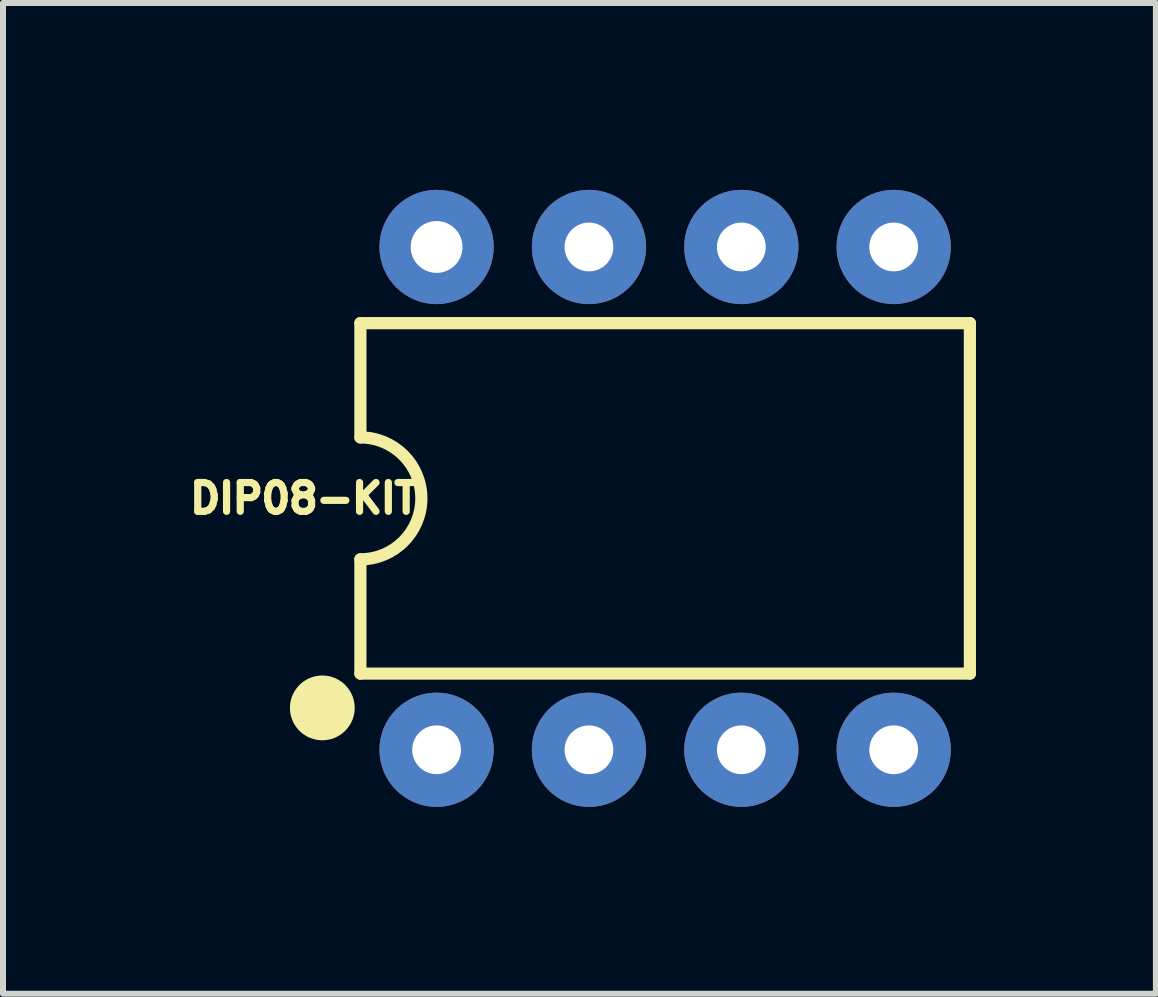
<source format=kicad_pcb>
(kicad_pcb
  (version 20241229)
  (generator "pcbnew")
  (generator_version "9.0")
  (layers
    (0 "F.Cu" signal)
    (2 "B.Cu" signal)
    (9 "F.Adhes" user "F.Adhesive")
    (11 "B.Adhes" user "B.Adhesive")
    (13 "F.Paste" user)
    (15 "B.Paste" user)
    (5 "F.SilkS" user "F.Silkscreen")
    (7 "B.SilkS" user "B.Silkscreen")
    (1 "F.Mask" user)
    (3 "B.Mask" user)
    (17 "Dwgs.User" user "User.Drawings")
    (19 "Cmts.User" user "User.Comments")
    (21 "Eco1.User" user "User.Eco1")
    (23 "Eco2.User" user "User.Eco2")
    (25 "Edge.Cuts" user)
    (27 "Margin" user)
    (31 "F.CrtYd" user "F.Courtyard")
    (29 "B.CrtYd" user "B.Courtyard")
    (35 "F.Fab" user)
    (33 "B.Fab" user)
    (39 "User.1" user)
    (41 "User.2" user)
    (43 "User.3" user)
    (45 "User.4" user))
  (footprint "DIP08-KIT"
    (layer "F.Cu")
    (at 8.038 5.258)
    (property "Reference" "DIP08-KIT" (at -6.02 0 180) (layer "F.SilkS") (effects (font (size 0.48 0.48) (thickness 0.15))))
    (attr through_hole)
    (fp_circle (center -3.81 -4.191) (end -3.378 -4.191) (stroke (width 0) (type solid)) (fill yes) (layer "F.Mask"))
    (fp_circle (center -3.81 4.191) (end -3.378 4.191) (stroke (width 0) (type solid)) (fill yes) (layer "F.Mask"))
    (fp_circle (center -1.27 -4.191) (end -0.838 -4.191) (stroke (width 0) (type solid)) (fill yes) (layer "F.Mask"))
    (fp_circle (center -1.27 4.191) (end -0.838 4.191) (stroke (width 0) (type solid)) (fill yes) (layer "F.Mask"))
    (fp_circle (center 1.27 -4.191) (end 1.702 -4.191) (stroke (width 0) (type solid)) (fill yes) (layer "F.Mask"))
    (fp_circle (center 1.27 4.191) (end 1.702 4.191) (stroke (width 0) (type solid)) (fill yes) (layer "F.Mask"))
    (fp_circle (center 3.81 -4.191) (end 4.242 -4.191) (stroke (width 0) (type solid)) (fill yes) (layer "F.Mask"))
    (fp_circle (center 3.81 4.191) (end 4.242 4.191) (stroke (width 0) (type solid)) (fill yes) (layer "F.Mask"))
    (fp_circle (center -3.81 -4.191) (end -2.743 -4.191) (stroke (width 0) (type solid)) (fill yes) (layer "B.Mask"))
    (fp_circle (center -3.81 4.191) (end -2.743 4.191) (stroke (width 0) (type solid)) (fill yes) (layer "B.Mask"))
    (fp_circle (center -1.27 -4.191) (end -0.203 -4.191) (stroke (width 0) (type solid)) (fill yes) (layer "B.Mask"))
    (fp_circle (center -1.27 4.191) (end -0.203 4.191) (stroke (width 0) (type solid)) (fill yes) (layer "B.Mask"))
    (fp_circle (center 1.27 -4.191) (end 2.337 -4.191) (stroke (width 0) (type solid)) (fill yes) (layer "B.Mask"))
    (fp_circle (center 1.27 4.191) (end 2.337 4.191) (stroke (width 0) (type solid)) (fill yes) (layer "B.Mask"))
    (fp_circle (center 3.81 -4.191) (end 4.877 -4.191) (stroke (width 0) (type solid)) (fill yes) (layer "B.Mask"))
    (fp_circle (center 3.81 4.191) (end 4.877 4.191) (stroke (width 0) (type solid)) (fill yes) (layer "B.Mask"))
    (fp_line (start -5.08 -2.921) (end -5.08 -1.016) (stroke (width 0.203) (type solid)) (layer "F.SilkS"))
    (fp_line (start -5.08 -2.921) (end 5.08 -2.921) (stroke (width 0.203) (type solid)) (layer "F.SilkS"))
    (fp_line (start -5.08 2.921) (end -5.08 1.016) (stroke (width 0.203) (type solid)) (layer "F.SilkS"))
    (fp_line (start -5.08 2.921) (end 5.08 2.921) (stroke (width 0.203) (type solid)) (layer "F.SilkS"))
    (fp_line (start 5.08 -2.921) (end 5.08 2.921) (stroke (width 0.203) (type solid)) (layer "F.SilkS"))
    (fp_arc (start -5.08 -1.016) (mid -4.064 0) (end -5.08 1.016) (stroke (width 0.2032) (type solid)) (layer "F.SilkS"))
    (fp_poly (pts (xy -6.191 3.493) (xy -6.191 3.468) (xy -6.189 3.443) (xy -6.185 3.418) (xy -6.181 3.393) (xy -6.175 3.369) (xy -6.168 3.345) (xy -6.16 3.322) (xy -6.15 3.299) (xy -6.139 3.276) (xy -6.127 3.254) (xy -6.114 3.233) (xy -6.1 3.213) (xy -6.085 3.193) (xy -6.069 3.174) (xy -6.052 3.156) (xy -6.034 3.139) (xy -6.015 3.122) (xy -5.995 3.107) (xy -5.974 3.093) (xy -5.953 3.08) (xy -5.931 3.068) (xy -5.909 3.057) (xy -5.886 3.048) (xy -5.862 3.04) (xy -5.838 3.032) (xy -5.814 3.027) (xy -5.79 3.022) (xy -5.765 3.019) (xy -5.74 3.017) (xy -5.715 3.016) (xy -5.69 3.017) (xy -5.665 3.019) (xy -5.64 3.022) (xy -5.616 3.027) (xy -5.592 3.032) (xy -5.568 3.04) (xy -5.544 3.048) (xy -5.521 3.057) (xy -5.499 3.068) (xy -5.477 3.08) (xy -5.456 3.093) (xy -5.435 3.107) (xy -5.415 3.122) (xy -5.396 3.139) (xy -5.378 3.156) (xy -5.361 3.174) (xy -5.345 3.193) (xy -5.33 3.213) (xy -5.316 3.233) (xy -5.303 3.254) (xy -5.291 3.276) (xy -5.28 3.299) (xy -5.27 3.322) (xy -5.262 3.345) (xy -5.255 3.369) (xy -5.249 3.393) (xy -5.245 3.418) (xy -5.241 3.443) (xy -5.239 3.468) (xy -5.239 3.493) (xy -5.239 3.517) (xy -5.241 3.542) (xy -5.245 3.567) (xy -5.249 3.592) (xy -5.255 3.616) (xy -5.262 3.64) (xy -5.27 3.663) (xy -5.28 3.686) (xy -5.291 3.709) (xy -5.303 3.731) (xy -5.316 3.752) (xy -5.33 3.772) (xy -5.345 3.792) (xy -5.361 3.811) (xy -5.378 3.829) (xy -5.396 3.846) (xy -5.415 3.863) (xy -5.435 3.878) (xy -5.456 3.892) (xy -5.477 3.905) (xy -5.499 3.917) (xy -5.521 3.928) (xy -5.544 3.937) (xy -5.568 3.945) (xy -5.592 3.953) (xy -5.616 3.958) (xy -5.64 3.963) (xy -5.665 3.966) (xy -5.69 3.968) (xy -5.715 3.969) (xy -5.74 3.968) (xy -5.765 3.966) (xy -5.79 3.963) (xy -5.814 3.958) (xy -5.838 3.953) (xy -5.862 3.945) (xy -5.886 3.937) (xy -5.909 3.928) (xy -5.931 3.917) (xy -5.953 3.905) (xy -5.974 3.892) (xy -5.995 3.878) (xy -6.015 3.863) (xy -6.034 3.846) (xy -6.052 3.829) (xy -6.069 3.811) (xy -6.085 3.792) (xy -6.1 3.772) (xy -6.114 3.752) (xy -6.127 3.731) (xy -6.139 3.709) (xy -6.15 3.686) (xy -6.16 3.663) (xy -6.168 3.64) (xy -6.175 3.616) (xy -6.181 3.592) (xy -6.185 3.567) (xy -6.189 3.542) (xy -6.191 3.517) (xy -6.191 3.493) (xy -6.191 3.493)) (stroke (width 0.127) (type solid)) (fill yes) (layer "F.SilkS"))
    (pad "1" thru_hole circle (at -3.81 4.191) (size 1.905 1.905) (drill 0.813) (layers "*.Cu"))
    (pad "2" thru_hole circle (at -1.27 4.191) (size 1.905 1.905) (drill 0.813) (layers "*.Cu"))
    (pad "3" thru_hole circle (at 1.27 4.191) (size 1.905 1.905) (drill 0.813) (layers "*.Cu"))
    (pad "4" thru_hole circle (at 3.81 4.191) (size 1.905 1.905) (drill 0.813) (layers "*.Cu"))
    (pad "5" thru_hole circle (at 3.81 -4.191) (size 1.905 1.905) (drill 0.813) (layers "*.Cu"))
    (pad "6" thru_hole circle (at 1.27 -4.191) (size 1.905 1.905) (drill 0.813) (layers "*.Cu"))
    (pad "7" thru_hole circle (at -1.27 -4.191) (size 1.905 1.905) (drill 0.813) (layers "*.Cu"))
    (pad "8" thru_hole circle (at -3.81 -4.191) (size 1.905 1.905) (drill 0.864) (layers "*.Cu")))
  (gr_rect
    (start -3 -3)
    (end 16.219 13.516)
    (stroke (width 0.1) (type default))
    (fill no)
    (layer "Edge.Cuts")))
</source>
